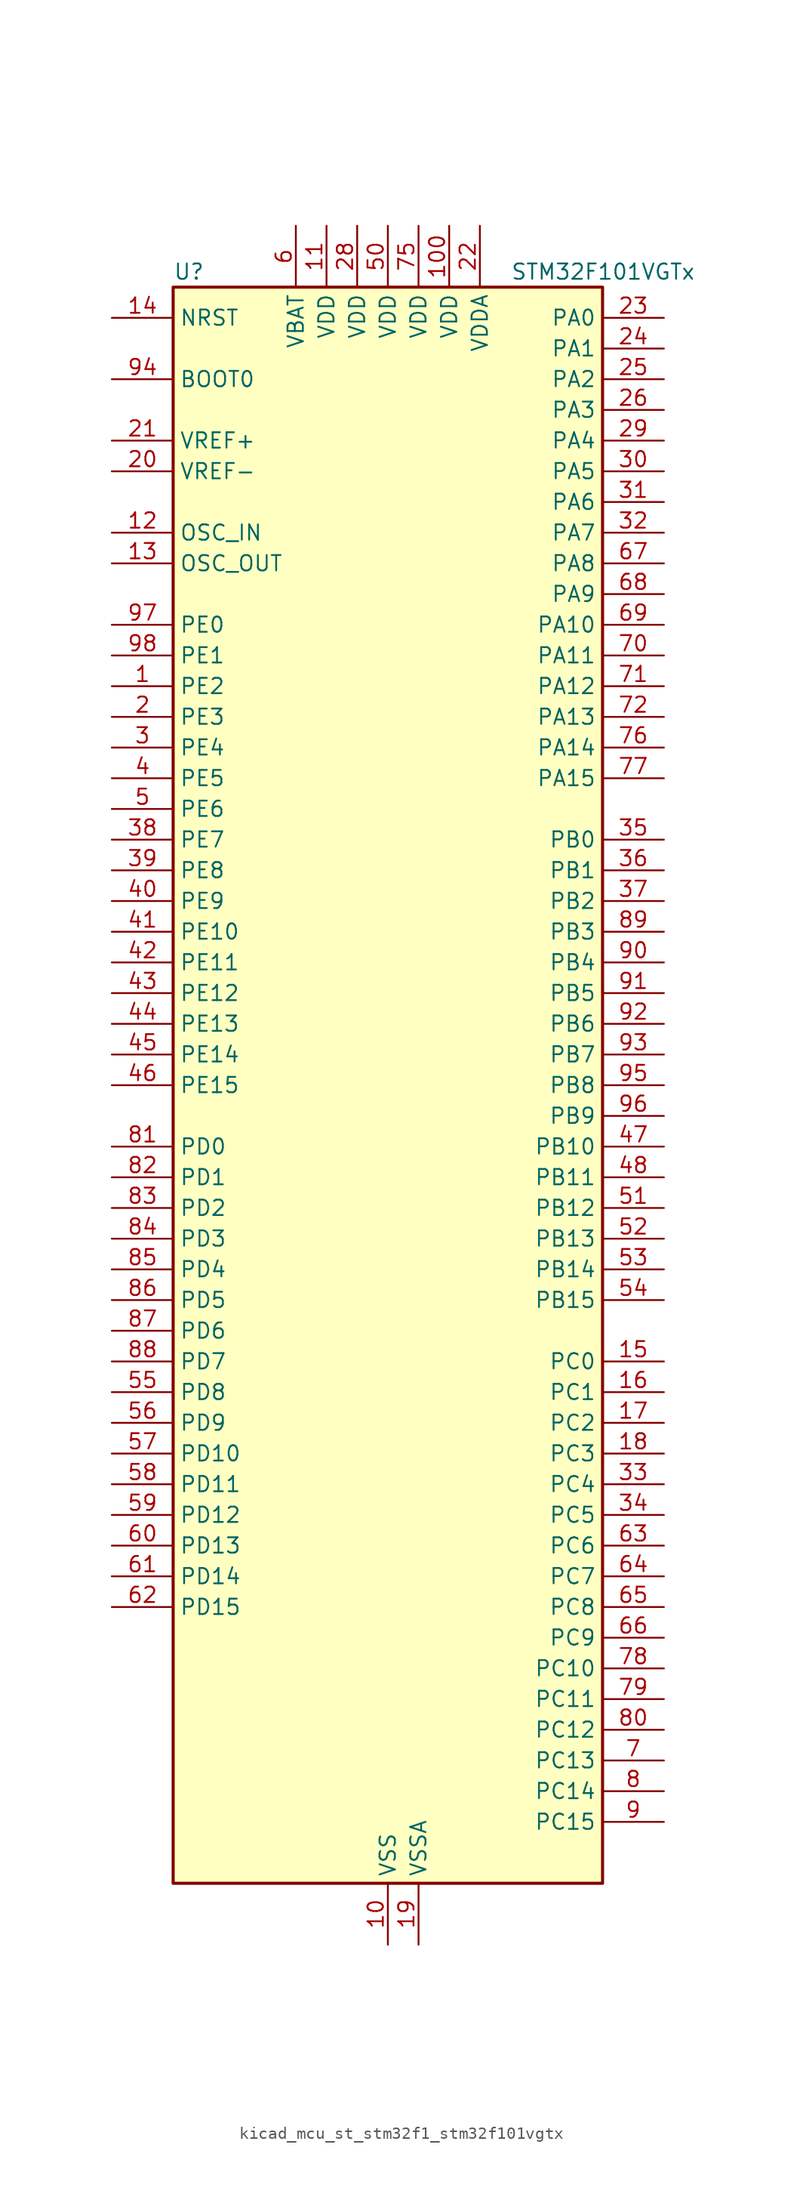
<source format=kicad_sym>
(kicad_symbol_lib
  (version 20220914)
  (generator kicad_symbol_editor)
  (symbol "kicad_mcu_st_stm32f1_stm32f101vgtx"
    (property "Reference" "U"
      (at -17.78 67.31 0)
      (effects (font (size 1.27 1.27)) (justify left)))
    (property "Value" "STM32F101VGTx"
      (at 10.16 67.31 0)
      (effects (font (size 1.27 1.27)) (justify left)))
    (property "ki_locked" ""
      (at 0 0 0)
      (effects (font (size 1.27 1.27))))
    (symbol "kicad_mcu_st_stm32f1_stm32f101vgtx_0_1"
      (rectangle (start -17.78 -66.04) (end 17.78 66.04) (stroke (width 0.254) (type default)) (fill (type background))))
    (symbol "kicad_mcu_st_stm32f1_stm32f101vgtx_1_1"
      (pin bidirectional line (at -22.86 33.02 0) (length 5.08) (name "PE2" (effects (font (size 1.27 1.27)))) (number "1" (effects (font (size 1.27 1.27)))) (alternate "FSMC_A23" bidirectional line) (alternate "SYS_TRACECLK" bidirectional line))
      (pin power_in line (at 0 -71.12 90) (length 5.08) (name "VSS" (effects (font (size 1.27 1.27)))) (number "10" (effects (font (size 1.27 1.27)))))
      (pin power_in line (at 5.08 71.12 270) (length 5.08) (name "VDD" (effects (font (size 1.27 1.27)))) (number "100" (effects (font (size 1.27 1.27)))))
      (pin power_in line (at -5.08 71.12 270) (length 5.08) (name "VDD" (effects (font (size 1.27 1.27)))) (number "11" (effects (font (size 1.27 1.27)))))
      (pin input line (at -22.86 45.72 0) (length 5.08) (name "OSC_IN" (effects (font (size 1.27 1.27)))) (number "12" (effects (font (size 1.27 1.27)))) (alternate "RCC_OSC_IN" bidirectional line))
      (pin input line (at -22.86 43.18 0) (length 5.08) (name "OSC_OUT" (effects (font (size 1.27 1.27)))) (number "13" (effects (font (size 1.27 1.27)))) (alternate "RCC_OSC_OUT" bidirectional line))
      (pin input line (at -22.86 63.5 0) (length 5.08) (name "NRST" (effects (font (size 1.27 1.27)))) (number "14" (effects (font (size 1.27 1.27)))))
      (pin bidirectional line (at 22.86 -22.86 180) (length 5.08) (name "PC0" (effects (font (size 1.27 1.27)))) (number "15" (effects (font (size 1.27 1.27)))) (alternate "ADC1_IN10" bidirectional line))
      (pin bidirectional line (at 22.86 -25.4 180) (length 5.08) (name "PC1" (effects (font (size 1.27 1.27)))) (number "16" (effects (font (size 1.27 1.27)))) (alternate "ADC1_IN11" bidirectional line))
      (pin bidirectional line (at 22.86 -27.94 180) (length 5.08) (name "PC2" (effects (font (size 1.27 1.27)))) (number "17" (effects (font (size 1.27 1.27)))) (alternate "ADC1_IN12" bidirectional line))
      (pin bidirectional line (at 22.86 -30.48 180) (length 5.08) (name "PC3" (effects (font (size 1.27 1.27)))) (number "18" (effects (font (size 1.27 1.27)))) (alternate "ADC1_IN13" bidirectional line))
      (pin power_in line (at 2.54 -71.12 90) (length 5.08) (name "VSSA" (effects (font (size 1.27 1.27)))) (number "19" (effects (font (size 1.27 1.27)))))
      (pin bidirectional line (at -22.86 30.48 0) (length 5.08) (name "PE3" (effects (font (size 1.27 1.27)))) (number "2" (effects (font (size 1.27 1.27)))) (alternate "FSMC_A19" bidirectional line) (alternate "SYS_TRACED0" bidirectional line))
      (pin input line (at -22.86 50.8 0) (length 5.08) (name "VREF-" (effects (font (size 1.27 1.27)))) (number "20" (effects (font (size 1.27 1.27)))))
      (pin input line (at -22.86 53.34 0) (length 5.08) (name "VREF+" (effects (font (size 1.27 1.27)))) (number "21" (effects (font (size 1.27 1.27)))))
      (pin power_in line (at 7.62 71.12 270) (length 5.08) (name "VDDA" (effects (font (size 1.27 1.27)))) (number "22" (effects (font (size 1.27 1.27)))))
      (pin bidirectional line (at 22.86 63.5 180) (length 5.08) (name "PA0" (effects (font (size 1.27 1.27)))) (number "23" (effects (font (size 1.27 1.27)))) (alternate "ADC1_IN0" bidirectional line) (alternate "SYS_WKUP" bidirectional line) (alternate "TIM2_CH1" bidirectional line) (alternate "TIM2_ETR" bidirectional line) (alternate "TIM5_CH1" bidirectional line) (alternate "USART2_CTS" bidirectional line))
      (pin bidirectional line (at 22.86 60.96 180) (length 5.08) (name "PA1" (effects (font (size 1.27 1.27)))) (number "24" (effects (font (size 1.27 1.27)))) (alternate "ADC1_IN1" bidirectional line) (alternate "TIM2_CH2" bidirectional line) (alternate "TIM5_CH2" bidirectional line) (alternate "USART2_RTS" bidirectional line))
      (pin bidirectional line (at 22.86 58.42 180) (length 5.08) (name "PA2" (effects (font (size 1.27 1.27)))) (number "25" (effects (font (size 1.27 1.27)))) (alternate "ADC1_IN2" bidirectional line) (alternate "TIM2_CH3" bidirectional line) (alternate "TIM5_CH3" bidirectional line) (alternate "TIM9_CH1" bidirectional line) (alternate "USART2_TX" bidirectional line))
      (pin bidirectional line (at 22.86 55.88 180) (length 5.08) (name "PA3" (effects (font (size 1.27 1.27)))) (number "26" (effects (font (size 1.27 1.27)))) (alternate "ADC1_IN3" bidirectional line) (alternate "TIM2_CH4" bidirectional line) (alternate "TIM5_CH4" bidirectional line) (alternate "TIM9_CH2" bidirectional line) (alternate "USART2_RX" bidirectional line))
      (pin passive line (at 0 -71.12 90) (length 5.08) hide (name "VSS" (effects (font (size 1.27 1.27)))) (number "27" (effects (font (size 1.27 1.27)))))
      (pin power_in line (at -2.54 71.12 270) (length 5.08) (name "VDD" (effects (font (size 1.27 1.27)))) (number "28" (effects (font (size 1.27 1.27)))))
      (pin bidirectional line (at 22.86 53.34 180) (length 5.08) (name "PA4" (effects (font (size 1.27 1.27)))) (number "29" (effects (font (size 1.27 1.27)))) (alternate "ADC1_IN4" bidirectional line) (alternate "DAC_OUT1" bidirectional line) (alternate "SPI1_NSS" bidirectional line) (alternate "USART2_CK" bidirectional line))
      (pin bidirectional line (at -22.86 27.94 0) (length 5.08) (name "PE4" (effects (font (size 1.27 1.27)))) (number "3" (effects (font (size 1.27 1.27)))) (alternate "FSMC_A20" bidirectional line) (alternate "SYS_TRACED1" bidirectional line))
      (pin bidirectional line (at 22.86 50.8 180) (length 5.08) (name "PA5" (effects (font (size 1.27 1.27)))) (number "30" (effects (font (size 1.27 1.27)))) (alternate "ADC1_IN5" bidirectional line) (alternate "DAC_OUT2" bidirectional line) (alternate "SPI1_SCK" bidirectional line))
      (pin bidirectional line (at 22.86 48.26 180) (length 5.08) (name "PA6" (effects (font (size 1.27 1.27)))) (number "31" (effects (font (size 1.27 1.27)))) (alternate "ADC1_IN6" bidirectional line) (alternate "SPI1_MISO" bidirectional line) (alternate "TIM13_CH1" bidirectional line) (alternate "TIM3_CH1" bidirectional line))
      (pin bidirectional line (at 22.86 45.72 180) (length 5.08) (name "PA7" (effects (font (size 1.27 1.27)))) (number "32" (effects (font (size 1.27 1.27)))) (alternate "ADC1_IN7" bidirectional line) (alternate "SPI1_MOSI" bidirectional line) (alternate "TIM14_CH1" bidirectional line) (alternate "TIM3_CH2" bidirectional line))
      (pin bidirectional line (at 22.86 -33.02 180) (length 5.08) (name "PC4" (effects (font (size 1.27 1.27)))) (number "33" (effects (font (size 1.27 1.27)))) (alternate "ADC1_IN14" bidirectional line))
      (pin bidirectional line (at 22.86 -35.56 180) (length 5.08) (name "PC5" (effects (font (size 1.27 1.27)))) (number "34" (effects (font (size 1.27 1.27)))) (alternate "ADC1_IN15" bidirectional line))
      (pin bidirectional line (at 22.86 20.32 180) (length 5.08) (name "PB0" (effects (font (size 1.27 1.27)))) (number "35" (effects (font (size 1.27 1.27)))) (alternate "ADC1_IN8" bidirectional line) (alternate "TIM3_CH3" bidirectional line))
      (pin bidirectional line (at 22.86 17.78 180) (length 5.08) (name "PB1" (effects (font (size 1.27 1.27)))) (number "36" (effects (font (size 1.27 1.27)))) (alternate "ADC1_IN9" bidirectional line) (alternate "TIM3_CH4" bidirectional line))
      (pin bidirectional line (at 22.86 15.24 180) (length 5.08) (name "PB2" (effects (font (size 1.27 1.27)))) (number "37" (effects (font (size 1.27 1.27)))))
      (pin bidirectional line (at -22.86 20.32 0) (length 5.08) (name "PE7" (effects (font (size 1.27 1.27)))) (number "38" (effects (font (size 1.27 1.27)))) (alternate "FSMC_D4" bidirectional line) (alternate "FSMC_DA4" bidirectional line))
      (pin bidirectional line (at -22.86 17.78 0) (length 5.08) (name "PE8" (effects (font (size 1.27 1.27)))) (number "39" (effects (font (size 1.27 1.27)))) (alternate "FSMC_D5" bidirectional line) (alternate "FSMC_DA5" bidirectional line))
      (pin bidirectional line (at -22.86 25.4 0) (length 5.08) (name "PE5" (effects (font (size 1.27 1.27)))) (number "4" (effects (font (size 1.27 1.27)))) (alternate "FSMC_A21" bidirectional line) (alternate "SYS_TRACED2" bidirectional line) (alternate "TIM9_CH1" bidirectional line))
      (pin bidirectional line (at -22.86 15.24 0) (length 5.08) (name "PE9" (effects (font (size 1.27 1.27)))) (number "40" (effects (font (size 1.27 1.27)))) (alternate "DAC_EXTI9" bidirectional line) (alternate "FSMC_D6" bidirectional line) (alternate "FSMC_DA6" bidirectional line))
      (pin bidirectional line (at -22.86 12.7 0) (length 5.08) (name "PE10" (effects (font (size 1.27 1.27)))) (number "41" (effects (font (size 1.27 1.27)))) (alternate "FSMC_D7" bidirectional line) (alternate "FSMC_DA7" bidirectional line))
      (pin bidirectional line (at -22.86 10.16 0) (length 5.08) (name "PE11" (effects (font (size 1.27 1.27)))) (number "42" (effects (font (size 1.27 1.27)))) (alternate "ADC1_EXTI11" bidirectional line) (alternate "FSMC_D8" bidirectional line) (alternate "FSMC_DA8" bidirectional line))
      (pin bidirectional line (at -22.86 7.62 0) (length 5.08) (name "PE12" (effects (font (size 1.27 1.27)))) (number "43" (effects (font (size 1.27 1.27)))) (alternate "FSMC_D9" bidirectional line) (alternate "FSMC_DA9" bidirectional line))
      (pin bidirectional line (at -22.86 5.08 0) (length 5.08) (name "PE13" (effects (font (size 1.27 1.27)))) (number "44" (effects (font (size 1.27 1.27)))) (alternate "FSMC_D10" bidirectional line) (alternate "FSMC_DA10" bidirectional line))
      (pin bidirectional line (at -22.86 2.54 0) (length 5.08) (name "PE14" (effects (font (size 1.27 1.27)))) (number "45" (effects (font (size 1.27 1.27)))) (alternate "FSMC_D11" bidirectional line) (alternate "FSMC_DA11" bidirectional line))
      (pin bidirectional line (at -22.86 0 0) (length 5.08) (name "PE15" (effects (font (size 1.27 1.27)))) (number "46" (effects (font (size 1.27 1.27)))) (alternate "ADC1_EXTI15" bidirectional line) (alternate "FSMC_D12" bidirectional line) (alternate "FSMC_DA12" bidirectional line))
      (pin bidirectional line (at 22.86 -5.08 180) (length 5.08) (name "PB10" (effects (font (size 1.27 1.27)))) (number "47" (effects (font (size 1.27 1.27)))) (alternate "I2C2_SCL" bidirectional line) (alternate "TIM2_CH3" bidirectional line) (alternate "USART3_TX" bidirectional line))
      (pin bidirectional line (at 22.86 -7.62 180) (length 5.08) (name "PB11" (effects (font (size 1.27 1.27)))) (number "48" (effects (font (size 1.27 1.27)))) (alternate "ADC1_EXTI11" bidirectional line) (alternate "I2C2_SDA" bidirectional line) (alternate "TIM2_CH4" bidirectional line) (alternate "USART3_RX" bidirectional line))
      (pin passive line (at 0 -71.12 90) (length 5.08) hide (name "VSS" (effects (font (size 1.27 1.27)))) (number "49" (effects (font (size 1.27 1.27)))))
      (pin bidirectional line (at -22.86 22.86 0) (length 5.08) (name "PE6" (effects (font (size 1.27 1.27)))) (number "5" (effects (font (size 1.27 1.27)))) (alternate "FSMC_A22" bidirectional line) (alternate "SYS_TRACED3" bidirectional line) (alternate "TIM9_CH2" bidirectional line))
      (pin power_in line (at 0 71.12 270) (length 5.08) (name "VDD" (effects (font (size 1.27 1.27)))) (number "50" (effects (font (size 1.27 1.27)))))
      (pin bidirectional line (at 22.86 -10.16 180) (length 5.08) (name "PB12" (effects (font (size 1.27 1.27)))) (number "51" (effects (font (size 1.27 1.27)))) (alternate "I2C2_SMBA" bidirectional line) (alternate "SPI2_NSS" bidirectional line) (alternate "USART3_CK" bidirectional line))
      (pin bidirectional line (at 22.86 -12.7 180) (length 5.08) (name "PB13" (effects (font (size 1.27 1.27)))) (number "52" (effects (font (size 1.27 1.27)))) (alternate "SPI2_SCK" bidirectional line) (alternate "USART3_CTS" bidirectional line))
      (pin bidirectional line (at 22.86 -15.24 180) (length 5.08) (name "PB14" (effects (font (size 1.27 1.27)))) (number "53" (effects (font (size 1.27 1.27)))) (alternate "SPI2_MISO" bidirectional line) (alternate "TIM12_CH1" bidirectional line) (alternate "USART3_RTS" bidirectional line))
      (pin bidirectional line (at 22.86 -17.78 180) (length 5.08) (name "PB15" (effects (font (size 1.27 1.27)))) (number "54" (effects (font (size 1.27 1.27)))) (alternate "ADC1_EXTI15" bidirectional line) (alternate "SPI2_MOSI" bidirectional line) (alternate "TIM12_CH2" bidirectional line))
      (pin bidirectional line (at -22.86 -25.4 0) (length 5.08) (name "PD8" (effects (font (size 1.27 1.27)))) (number "55" (effects (font (size 1.27 1.27)))) (alternate "FSMC_D13" bidirectional line) (alternate "FSMC_DA13" bidirectional line) (alternate "USART3_TX" bidirectional line))
      (pin bidirectional line (at -22.86 -27.94 0) (length 5.08) (name "PD9" (effects (font (size 1.27 1.27)))) (number "56" (effects (font (size 1.27 1.27)))) (alternate "DAC_EXTI9" bidirectional line) (alternate "FSMC_D14" bidirectional line) (alternate "FSMC_DA14" bidirectional line) (alternate "USART3_RX" bidirectional line))
      (pin bidirectional line (at -22.86 -30.48 0) (length 5.08) (name "PD10" (effects (font (size 1.27 1.27)))) (number "57" (effects (font (size 1.27 1.27)))) (alternate "FSMC_D15" bidirectional line) (alternate "FSMC_DA15" bidirectional line) (alternate "USART3_CK" bidirectional line))
      (pin bidirectional line (at -22.86 -33.02 0) (length 5.08) (name "PD11" (effects (font (size 1.27 1.27)))) (number "58" (effects (font (size 1.27 1.27)))) (alternate "ADC1_EXTI11" bidirectional line) (alternate "FSMC_A16" bidirectional line) (alternate "FSMC_CLE" bidirectional line) (alternate "USART3_CTS" bidirectional line))
      (pin bidirectional line (at -22.86 -35.56 0) (length 5.08) (name "PD12" (effects (font (size 1.27 1.27)))) (number "59" (effects (font (size 1.27 1.27)))) (alternate "FSMC_A17" bidirectional line) (alternate "FSMC_ALE" bidirectional line) (alternate "TIM4_CH1" bidirectional line) (alternate "USART3_RTS" bidirectional line))
      (pin power_in line (at -7.62 71.12 270) (length 5.08) (name "VBAT" (effects (font (size 1.27 1.27)))) (number "6" (effects (font (size 1.27 1.27)))))
      (pin bidirectional line (at -22.86 -38.1 0) (length 5.08) (name "PD13" (effects (font (size 1.27 1.27)))) (number "60" (effects (font (size 1.27 1.27)))) (alternate "FSMC_A18" bidirectional line) (alternate "TIM4_CH2" bidirectional line))
      (pin bidirectional line (at -22.86 -40.64 0) (length 5.08) (name "PD14" (effects (font (size 1.27 1.27)))) (number "61" (effects (font (size 1.27 1.27)))) (alternate "FSMC_D0" bidirectional line) (alternate "FSMC_DA0" bidirectional line) (alternate "TIM4_CH3" bidirectional line))
      (pin bidirectional line (at -22.86 -43.18 0) (length 5.08) (name "PD15" (effects (font (size 1.27 1.27)))) (number "62" (effects (font (size 1.27 1.27)))) (alternate "ADC1_EXTI15" bidirectional line) (alternate "FSMC_D1" bidirectional line) (alternate "FSMC_DA1" bidirectional line) (alternate "TIM4_CH4" bidirectional line))
      (pin bidirectional line (at 22.86 -38.1 180) (length 5.08) (name "PC6" (effects (font (size 1.27 1.27)))) (number "63" (effects (font (size 1.27 1.27)))) (alternate "TIM3_CH1" bidirectional line))
      (pin bidirectional line (at 22.86 -40.64 180) (length 5.08) (name "PC7" (effects (font (size 1.27 1.27)))) (number "64" (effects (font (size 1.27 1.27)))) (alternate "TIM3_CH2" bidirectional line))
      (pin bidirectional line (at 22.86 -43.18 180) (length 5.08) (name "PC8" (effects (font (size 1.27 1.27)))) (number "65" (effects (font (size 1.27 1.27)))) (alternate "TIM3_CH3" bidirectional line))
      (pin bidirectional line (at 22.86 -45.72 180) (length 5.08) (name "PC9" (effects (font (size 1.27 1.27)))) (number "66" (effects (font (size 1.27 1.27)))) (alternate "DAC_EXTI9" bidirectional line) (alternate "TIM3_CH4" bidirectional line))
      (pin bidirectional line (at 22.86 43.18 180) (length 5.08) (name "PA8" (effects (font (size 1.27 1.27)))) (number "67" (effects (font (size 1.27 1.27)))) (alternate "RCC_MCO" bidirectional line) (alternate "USART1_CK" bidirectional line))
      (pin bidirectional line (at 22.86 40.64 180) (length 5.08) (name "PA9" (effects (font (size 1.27 1.27)))) (number "68" (effects (font (size 1.27 1.27)))) (alternate "DAC_EXTI9" bidirectional line) (alternate "USART1_TX" bidirectional line))
      (pin bidirectional line (at 22.86 38.1 180) (length 5.08) (name "PA10" (effects (font (size 1.27 1.27)))) (number "69" (effects (font (size 1.27 1.27)))) (alternate "USART1_RX" bidirectional line))
      (pin bidirectional line (at 22.86 -55.88 180) (length 5.08) (name "PC13" (effects (font (size 1.27 1.27)))) (number "7" (effects (font (size 1.27 1.27)))) (alternate "RTC_OUT" bidirectional line) (alternate "RTC_TAMPER" bidirectional line))
      (pin bidirectional line (at 22.86 35.56 180) (length 5.08) (name "PA11" (effects (font (size 1.27 1.27)))) (number "70" (effects (font (size 1.27 1.27)))) (alternate "ADC1_EXTI11" bidirectional line) (alternate "USART1_CTS" bidirectional line))
      (pin bidirectional line (at 22.86 33.02 180) (length 5.08) (name "PA12" (effects (font (size 1.27 1.27)))) (number "71" (effects (font (size 1.27 1.27)))) (alternate "USART1_RTS" bidirectional line))
      (pin bidirectional line (at 22.86 30.48 180) (length 5.08) (name "PA13" (effects (font (size 1.27 1.27)))) (number "72" (effects (font (size 1.27 1.27)))) (alternate "SYS_JTMS-SWDIO" bidirectional line))
      (pin no_connect line (at -17.78 -66.04 0) (length 5.08) hide (name "NC" (effects (font (size 1.27 1.27)))) (number "73" (effects (font (size 1.27 1.27)))))
      (pin passive line (at 0 -71.12 90) (length 5.08) hide (name "VSS" (effects (font (size 1.27 1.27)))) (number "74" (effects (font (size 1.27 1.27)))))
      (pin power_in line (at 2.54 71.12 270) (length 5.08) (name "VDD" (effects (font (size 1.27 1.27)))) (number "75" (effects (font (size 1.27 1.27)))))
      (pin bidirectional line (at 22.86 27.94 180) (length 5.08) (name "PA14" (effects (font (size 1.27 1.27)))) (number "76" (effects (font (size 1.27 1.27)))) (alternate "SYS_JTCK-SWCLK" bidirectional line))
      (pin bidirectional line (at 22.86 25.4 180) (length 5.08) (name "PA15" (effects (font (size 1.27 1.27)))) (number "77" (effects (font (size 1.27 1.27)))) (alternate "ADC1_EXTI15" bidirectional line) (alternate "SPI1_NSS" bidirectional line) (alternate "SPI3_NSS" bidirectional line) (alternate "SYS_JTDI" bidirectional line) (alternate "TIM2_CH1" bidirectional line) (alternate "TIM2_ETR" bidirectional line))
      (pin bidirectional line (at 22.86 -48.26 180) (length 5.08) (name "PC10" (effects (font (size 1.27 1.27)))) (number "78" (effects (font (size 1.27 1.27)))) (alternate "UART4_TX" bidirectional line) (alternate "USART3_TX" bidirectional line))
      (pin bidirectional line (at 22.86 -50.8 180) (length 5.08) (name "PC11" (effects (font (size 1.27 1.27)))) (number "79" (effects (font (size 1.27 1.27)))) (alternate "ADC1_EXTI11" bidirectional line) (alternate "UART4_RX" bidirectional line) (alternate "USART3_RX" bidirectional line))
      (pin bidirectional line (at 22.86 -58.42 180) (length 5.08) (name "PC14" (effects (font (size 1.27 1.27)))) (number "8" (effects (font (size 1.27 1.27)))) (alternate "RCC_OSC32_IN" bidirectional line))
      (pin bidirectional line (at 22.86 -53.34 180) (length 5.08) (name "PC12" (effects (font (size 1.27 1.27)))) (number "80" (effects (font (size 1.27 1.27)))) (alternate "UART5_TX" bidirectional line) (alternate "USART3_CK" bidirectional line))
      (pin bidirectional line (at -22.86 -5.08 0) (length 5.08) (name "PD0" (effects (font (size 1.27 1.27)))) (number "81" (effects (font (size 1.27 1.27)))) (alternate "FSMC_D2" bidirectional line) (alternate "FSMC_DA2" bidirectional line))
      (pin bidirectional line (at -22.86 -7.62 0) (length 5.08) (name "PD1" (effects (font (size 1.27 1.27)))) (number "82" (effects (font (size 1.27 1.27)))) (alternate "FSMC_D3" bidirectional line) (alternate "FSMC_DA3" bidirectional line))
      (pin bidirectional line (at -22.86 -10.16 0) (length 5.08) (name "PD2" (effects (font (size 1.27 1.27)))) (number "83" (effects (font (size 1.27 1.27)))) (alternate "TIM3_ETR" bidirectional line) (alternate "UART5_RX" bidirectional line))
      (pin bidirectional line (at -22.86 -12.7 0) (length 5.08) (name "PD3" (effects (font (size 1.27 1.27)))) (number "84" (effects (font (size 1.27 1.27)))) (alternate "FSMC_CLK" bidirectional line) (alternate "USART2_CTS" bidirectional line))
      (pin bidirectional line (at -22.86 -15.24 0) (length 5.08) (name "PD4" (effects (font (size 1.27 1.27)))) (number "85" (effects (font (size 1.27 1.27)))) (alternate "FSMC_NOE" bidirectional line) (alternate "USART2_RTS" bidirectional line))
      (pin bidirectional line (at -22.86 -17.78 0) (length 5.08) (name "PD5" (effects (font (size 1.27 1.27)))) (number "86" (effects (font (size 1.27 1.27)))) (alternate "FSMC_NWE" bidirectional line) (alternate "USART2_TX" bidirectional line))
      (pin bidirectional line (at -22.86 -20.32 0) (length 5.08) (name "PD6" (effects (font (size 1.27 1.27)))) (number "87" (effects (font (size 1.27 1.27)))) (alternate "FSMC_NWAIT" bidirectional line) (alternate "USART2_RX" bidirectional line))
      (pin bidirectional line (at -22.86 -22.86 0) (length 5.08) (name "PD7" (effects (font (size 1.27 1.27)))) (number "88" (effects (font (size 1.27 1.27)))) (alternate "FSMC_NCE2" bidirectional line) (alternate "FSMC_NE1" bidirectional line) (alternate "USART2_CK" bidirectional line))
      (pin bidirectional line (at 22.86 12.7 180) (length 5.08) (name "PB3" (effects (font (size 1.27 1.27)))) (number "89" (effects (font (size 1.27 1.27)))) (alternate "SPI1_SCK" bidirectional line) (alternate "SPI3_SCK" bidirectional line) (alternate "SYS_JTDO-TRACESWO" bidirectional line) (alternate "TIM2_CH2" bidirectional line))
      (pin bidirectional line (at 22.86 -60.96 180) (length 5.08) (name "PC15" (effects (font (size 1.27 1.27)))) (number "9" (effects (font (size 1.27 1.27)))) (alternate "ADC1_EXTI15" bidirectional line) (alternate "RCC_OSC32_OUT" bidirectional line))
      (pin bidirectional line (at 22.86 10.16 180) (length 5.08) (name "PB4" (effects (font (size 1.27 1.27)))) (number "90" (effects (font (size 1.27 1.27)))) (alternate "SPI1_MISO" bidirectional line) (alternate "SPI3_MISO" bidirectional line) (alternate "SYS_NJTRST" bidirectional line) (alternate "TIM3_CH1" bidirectional line))
      (pin bidirectional line (at 22.86 7.62 180) (length 5.08) (name "PB5" (effects (font (size 1.27 1.27)))) (number "91" (effects (font (size 1.27 1.27)))) (alternate "I2C1_SMBA" bidirectional line) (alternate "SPI1_MOSI" bidirectional line) (alternate "SPI3_MOSI" bidirectional line) (alternate "TIM3_CH2" bidirectional line))
      (pin bidirectional line (at 22.86 5.08 180) (length 5.08) (name "PB6" (effects (font (size 1.27 1.27)))) (number "92" (effects (font (size 1.27 1.27)))) (alternate "I2C1_SCL" bidirectional line) (alternate "TIM4_CH1" bidirectional line) (alternate "USART1_TX" bidirectional line))
      (pin bidirectional line (at 22.86 2.54 180) (length 5.08) (name "PB7" (effects (font (size 1.27 1.27)))) (number "93" (effects (font (size 1.27 1.27)))) (alternate "FSMC_NL" bidirectional line) (alternate "I2C1_SDA" bidirectional line) (alternate "TIM4_CH2" bidirectional line) (alternate "USART1_RX" bidirectional line))
      (pin input line (at -22.86 58.42 0) (length 5.08) (name "BOOT0" (effects (font (size 1.27 1.27)))) (number "94" (effects (font (size 1.27 1.27)))))
      (pin bidirectional line (at 22.86 0 180) (length 5.08) (name "PB8" (effects (font (size 1.27 1.27)))) (number "95" (effects (font (size 1.27 1.27)))) (alternate "I2C1_SCL" bidirectional line) (alternate "TIM10_CH1" bidirectional line) (alternate "TIM4_CH3" bidirectional line))
      (pin bidirectional line (at 22.86 -2.54 180) (length 5.08) (name "PB9" (effects (font (size 1.27 1.27)))) (number "96" (effects (font (size 1.27 1.27)))) (alternate "DAC_EXTI9" bidirectional line) (alternate "I2C1_SDA" bidirectional line) (alternate "TIM11_CH1" bidirectional line) (alternate "TIM4_CH4" bidirectional line))
      (pin bidirectional line (at -22.86 38.1 0) (length 5.08) (name "PE0" (effects (font (size 1.27 1.27)))) (number "97" (effects (font (size 1.27 1.27)))) (alternate "FSMC_NBL0" bidirectional line) (alternate "TIM4_ETR" bidirectional line))
      (pin bidirectional line (at -22.86 35.56 0) (length 5.08) (name "PE1" (effects (font (size 1.27 1.27)))) (number "98" (effects (font (size 1.27 1.27)))) (alternate "FSMC_NBL1" bidirectional line))
      (pin passive line (at 0 -71.12 90) (length 5.08) hide (name "VSS" (effects (font (size 1.27 1.27)))) (number "99" (effects (font (size 1.27 1.27))))))))
</source>
